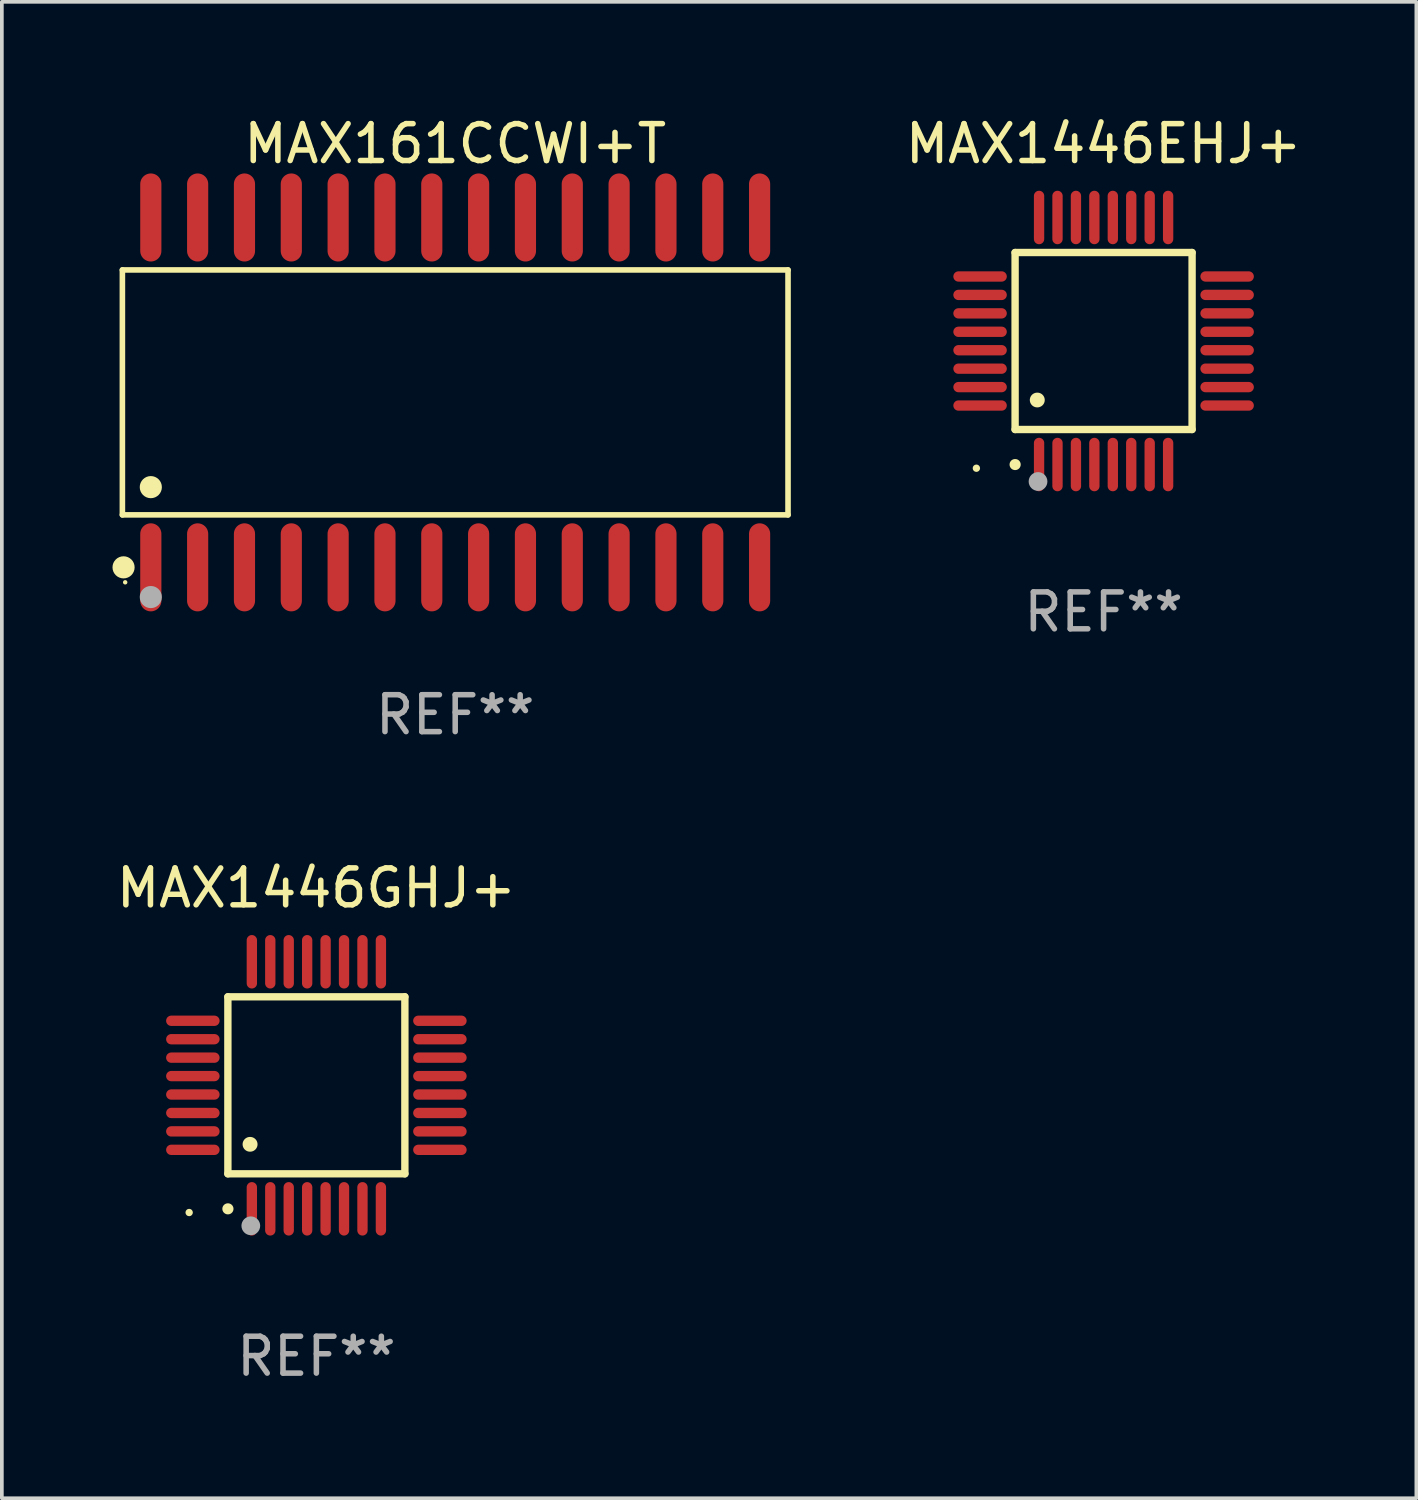
<source format=kicad_pcb>
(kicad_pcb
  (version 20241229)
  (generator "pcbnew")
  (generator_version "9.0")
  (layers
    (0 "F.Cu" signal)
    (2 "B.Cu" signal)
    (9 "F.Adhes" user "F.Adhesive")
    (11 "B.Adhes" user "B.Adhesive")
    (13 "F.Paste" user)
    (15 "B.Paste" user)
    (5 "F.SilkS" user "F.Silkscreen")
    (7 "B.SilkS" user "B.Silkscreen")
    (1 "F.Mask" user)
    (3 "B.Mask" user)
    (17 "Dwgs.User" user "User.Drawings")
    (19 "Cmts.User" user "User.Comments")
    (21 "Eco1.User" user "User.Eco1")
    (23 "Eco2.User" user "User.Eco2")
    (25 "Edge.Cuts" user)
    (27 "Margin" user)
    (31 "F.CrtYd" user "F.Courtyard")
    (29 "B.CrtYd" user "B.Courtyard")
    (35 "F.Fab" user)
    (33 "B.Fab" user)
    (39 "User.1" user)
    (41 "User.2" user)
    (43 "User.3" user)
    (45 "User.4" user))
  (footprint "MAX1446GHJ+"
    (layer "F.Cu")
    (at 5.53 26.383)
    (property "Reference" "MAX1446GHJ+" (at 0 -5.35 0) (layer "F.SilkS") (effects (font (size 1 1) (thickness 0.15))))
    (attr through_hole)
    (fp_line (start -2.4 -2.4) (end -2.4 2.4) (stroke (width 0.2) (type solid)) (layer "F.SilkS"))
    (fp_line (start -2.4 2.4) (end 2.4 2.4) (stroke (width 0.2) (type solid)) (layer "F.SilkS"))
    (fp_line (start 2.4 -2.4) (end -2.4 -2.4) (stroke (width 0.2) (type solid)) (layer "F.SilkS"))
    (fp_line (start 2.4 2.4) (end 2.4 -2.4) (stroke (width 0.2) (type solid)) (layer "F.SilkS"))
    (fp_arc (start -2.400305 3.350267) (mid -2.399035 3.350262) (end -2.397765 3.350267) (stroke (width 0.3) (type solid)) (layer "F.SilkS"))
    (fp_arc (start -1.800864 1.600203) (mid -1.798324 1.600187) (end -1.795784 1.600203) (stroke (width 0.4) (type solid)) (layer "F.SilkS"))
    (fp_circle (center -3.45 3.45) (end -3.4 3.45) (stroke (width 0.1) (type solid)) (fill no) (layer "F.SilkS"))
    (fp_circle (center -1.778 3.81) (end -1.651 3.81) (stroke (width 0.254) (type solid)) (fill no) (layer "F.Fab"))
    (fp_text user "REF**" (at 0 7.35 0) (layer "F.Fab") (effects (font (size 1 1) (thickness 0.15))))
    (pad "1" smd oval (at -1.75 3.35) (size 0.28 1.45) (layers "F.Cu" "F.Mask" "F.Paste"))
    (pad "2" smd oval (at -1.25 3.35) (size 0.28 1.45) (layers "F.Cu" "F.Mask" "F.Paste"))
    (pad "3" smd oval (at -0.75 3.35) (size 0.28 1.45) (layers "F.Cu" "F.Mask" "F.Paste"))
    (pad "4" smd oval (at -0.25 3.35) (size 0.28 1.45) (layers "F.Cu" "F.Mask" "F.Paste"))
    (pad "5" smd oval (at 0.25 3.35) (size 0.28 1.45) (layers "F.Cu" "F.Mask" "F.Paste"))
    (pad "6" smd oval (at 0.75 3.35) (size 0.28 1.45) (layers "F.Cu" "F.Mask" "F.Paste"))
    (pad "7" smd oval (at 1.25 3.35) (size 0.28 1.45) (layers "F.Cu" "F.Mask" "F.Paste"))
    (pad "8" smd oval (at 1.75 3.35) (size 0.28 1.45) (layers "F.Cu" "F.Mask" "F.Paste"))
    (pad "9" smd oval (at 3.35 1.75) (size 1.45 0.28) (layers "F.Cu" "F.Mask" "F.Paste"))
    (pad "10" smd oval (at 3.35 1.25) (size 1.45 0.28) (layers "F.Cu" "F.Mask" "F.Paste"))
    (pad "11" smd oval (at 3.35 0.75) (size 1.45 0.28) (layers "F.Cu" "F.Mask" "F.Paste"))
    (pad "12" smd oval (at 3.35 0.25) (size 1.45 0.28) (layers "F.Cu" "F.Mask" "F.Paste"))
    (pad "13" smd oval (at 3.35 -0.25) (size 1.45 0.28) (layers "F.Cu" "F.Mask" "F.Paste"))
    (pad "14" smd oval (at 3.35 -0.75) (size 1.45 0.28) (layers "F.Cu" "F.Mask" "F.Paste"))
    (pad "15" smd oval (at 3.35 -1.25) (size 1.45 0.28) (layers "F.Cu" "F.Mask" "F.Paste"))
    (pad "16" smd oval (at 3.35 -1.75) (size 1.45 0.28) (layers "F.Cu" "F.Mask" "F.Paste"))
    (pad "17" smd oval (at 1.75 -3.35) (size 0.28 1.45) (layers "F.Cu" "F.Mask" "F.Paste"))
    (pad "18" smd oval (at 1.25 -3.35) (size 0.28 1.45) (layers "F.Cu" "F.Mask" "F.Paste"))
    (pad "19" smd oval (at 0.75 -3.35) (size 0.28 1.45) (layers "F.Cu" "F.Mask" "F.Paste"))
    (pad "20" smd oval (at 0.25 -3.35) (size 0.28 1.45) (layers "F.Cu" "F.Mask" "F.Paste"))
    (pad "21" smd oval (at -0.25 -3.35) (size 0.28 1.45) (layers "F.Cu" "F.Mask" "F.Paste"))
    (pad "22" smd oval (at -0.75 -3.35) (size 0.28 1.45) (layers "F.Cu" "F.Mask" "F.Paste"))
    (pad "23" smd oval (at -1.25 -3.35) (size 0.28 1.45) (layers "F.Cu" "F.Mask" "F.Paste"))
    (pad "24" smd oval (at -1.75 -3.35) (size 0.28 1.45) (layers "F.Cu" "F.Mask" "F.Paste"))
    (pad "25" smd oval (at -3.35 -1.75) (size 1.45 0.28) (layers "F.Cu" "F.Mask" "F.Paste"))
    (pad "26" smd oval (at -3.35 -1.25) (size 1.45 0.28) (layers "F.Cu" "F.Mask" "F.Paste"))
    (pad "27" smd oval (at -3.35 -0.75) (size 1.45 0.28) (layers "F.Cu" "F.Mask" "F.Paste"))
    (pad "28" smd oval (at -3.35 -0.25) (size 1.45 0.28) (layers "F.Cu" "F.Mask" "F.Paste"))
    (pad "29" smd oval (at -3.35 0.25) (size 1.45 0.28) (layers "F.Cu" "F.Mask" "F.Paste"))
    (pad "30" smd oval (at -3.35 0.75) (size 1.45 0.28) (layers "F.Cu" "F.Mask" "F.Paste"))
    (pad "31" smd oval (at -3.35 1.25) (size 1.45 0.28) (layers "F.Cu" "F.Mask" "F.Paste"))
    (pad "32" smd oval (at -3.35 1.75) (size 1.45 0.28) (layers "F.Cu" "F.Mask" "F.Paste")))
  (footprint "MAX161CCWI+T"
    (layer "F.Cu")
    (at 9.295 7.592)
    (property "Reference" "MAX161CCWI+T" (at 0 -6.744 0) (layer "F.SilkS") (effects (font (size 1 1) (thickness 0.15))))
    (attr through_hole)
    (fp_line (start -9.026 -3.321) (end 9.026 -3.321) (stroke (width 0.152) (type solid)) (layer "F.SilkS"))
    (fp_line (start -9.026 3.321) (end -9.026 -3.321) (stroke (width 0.152) (type solid)) (layer "F.SilkS"))
    (fp_line (start 9.026 -3.321) (end 9.026 3.321) (stroke (width 0.152) (type solid)) (layer "F.SilkS"))
    (fp_line (start 9.026 3.321) (end -9.026 3.321) (stroke (width 0.152) (type solid)) (layer "F.SilkS"))
    (fp_circle (center -8.994 4.744) (end -8.844 4.744) (stroke (width 0.3) (type solid)) (fill no) (layer "F.SilkS"))
    (fp_circle (center -8.95 5.15) (end -8.92 5.15) (stroke (width 0.06) (type solid)) (fill no) (layer "F.SilkS"))
    (fp_circle (center -8.255 2.569) (end -8.105 2.569) (stroke (width 0.3) (type solid)) (fill no) (layer "F.SilkS"))
    (fp_circle (center -8.255 5.55) (end -8.105 5.55) (stroke (width 0.3) (type solid)) (fill no) (layer "F.Fab"))
    (fp_text user "REF**" (at 0 8.744 0) (layer "F.Fab") (effects (font (size 1 1) (thickness 0.15))))
    (pad "1" smd oval (at -8.255 4.744) (size 0.574 2.388) (layers "F.Cu" "F.Mask" "F.Paste"))
    (pad "2" smd oval (at -6.985 4.744) (size 0.574 2.388) (layers "F.Cu" "F.Mask" "F.Paste"))
    (pad "3" smd oval (at -5.715 4.744) (size 0.574 2.388) (layers "F.Cu" "F.Mask" "F.Paste"))
    (pad "4" smd oval (at -4.445 4.744) (size 0.574 2.388) (layers "F.Cu" "F.Mask" "F.Paste"))
    (pad "5" smd oval (at -3.175 4.744) (size 0.574 2.388) (layers "F.Cu" "F.Mask" "F.Paste"))
    (pad "6" smd oval (at -1.905 4.744) (size 0.574 2.388) (layers "F.Cu" "F.Mask" "F.Paste"))
    (pad "7" smd oval (at -0.635 4.744) (size 0.574 2.388) (layers "F.Cu" "F.Mask" "F.Paste"))
    (pad "8" smd oval (at 0.635 4.744) (size 0.574 2.388) (layers "F.Cu" "F.Mask" "F.Paste"))
    (pad "9" smd oval (at 1.905 4.744) (size 0.574 2.388) (layers "F.Cu" "F.Mask" "F.Paste"))
    (pad "10" smd oval (at 3.175 4.744) (size 0.574 2.388) (layers "F.Cu" "F.Mask" "F.Paste"))
    (pad "11" smd oval (at 4.445 4.744) (size 0.574 2.388) (layers "F.Cu" "F.Mask" "F.Paste"))
    (pad "12" smd oval (at 5.715 4.744) (size 0.574 2.388) (layers "F.Cu" "F.Mask" "F.Paste"))
    (pad "13" smd oval (at 6.985 4.744) (size 0.574 2.388) (layers "F.Cu" "F.Mask" "F.Paste"))
    (pad "14" smd oval (at 8.255 4.744) (size 0.574 2.388) (layers "F.Cu" "F.Mask" "F.Paste"))
    (pad "15" smd oval (at 8.255 -4.744) (size 0.574 2.388) (layers "F.Cu" "F.Mask" "F.Paste"))
    (pad "16" smd oval (at 6.985 -4.744) (size 0.574 2.388) (layers "F.Cu" "F.Mask" "F.Paste"))
    (pad "17" smd oval (at 5.715 -4.744) (size 0.574 2.388) (layers "F.Cu" "F.Mask" "F.Paste"))
    (pad "18" smd oval (at 4.445 -4.744) (size 0.574 2.388) (layers "F.Cu" "F.Mask" "F.Paste"))
    (pad "19" smd oval (at 3.175 -4.744) (size 0.574 2.388) (layers "F.Cu" "F.Mask" "F.Paste"))
    (pad "20" smd oval (at 1.905 -4.744) (size 0.574 2.388) (layers "F.Cu" "F.Mask" "F.Paste"))
    (pad "21" smd oval (at 0.635 -4.744) (size 0.574 2.388) (layers "F.Cu" "F.Mask" "F.Paste"))
    (pad "22" smd oval (at -0.635 -4.744) (size 0.574 2.388) (layers "F.Cu" "F.Mask" "F.Paste"))
    (pad "23" smd oval (at -1.905 -4.744) (size 0.574 2.388) (layers "F.Cu" "F.Mask" "F.Paste"))
    (pad "24" smd oval (at -3.175 -4.744) (size 0.574 2.388) (layers "F.Cu" "F.Mask" "F.Paste"))
    (pad "25" smd oval (at -4.445 -4.744) (size 0.574 2.388) (layers "F.Cu" "F.Mask" "F.Paste"))
    (pad "26" smd oval (at -5.715 -4.744) (size 0.574 2.388) (layers "F.Cu" "F.Mask" "F.Paste"))
    (pad "27" smd oval (at -6.985 -4.744) (size 0.574 2.388) (layers "F.Cu" "F.Mask" "F.Paste"))
    (pad "28" smd oval (at -8.255 -4.744) (size 0.574 2.388) (layers "F.Cu" "F.Mask" "F.Paste")))
  (footprint "MAX1446EHJ+"
    (layer "F.Cu")
    (at 26.879 6.198)
    (property "Reference" "MAX1446EHJ+" (at 0 -5.35 0) (layer "F.SilkS") (effects (font (size 1 1) (thickness 0.15))))
    (attr through_hole)
    (fp_line (start -2.4 -2.4) (end -2.4 2.4) (stroke (width 0.2) (type solid)) (layer "F.SilkS"))
    (fp_line (start -2.4 2.4) (end 2.4 2.4) (stroke (width 0.2) (type solid)) (layer "F.SilkS"))
    (fp_line (start 2.4 -2.4) (end -2.4 -2.4) (stroke (width 0.2) (type solid)) (layer "F.SilkS"))
    (fp_line (start 2.4 2.4) (end 2.4 -2.4) (stroke (width 0.2) (type solid)) (layer "F.SilkS"))
    (fp_arc (start -2.400305 3.350267) (mid -2.399035 3.350262) (end -2.397765 3.350267) (stroke (width 0.3) (type solid)) (layer "F.SilkS"))
    (fp_arc (start -1.800864 1.600203) (mid -1.798324 1.600187) (end -1.795784 1.600203) (stroke (width 0.4) (type solid)) (layer "F.SilkS"))
    (fp_circle (center -3.45 3.45) (end -3.4 3.45) (stroke (width 0.1) (type solid)) (fill no) (layer "F.SilkS"))
    (fp_circle (center -1.778 3.81) (end -1.651 3.81) (stroke (width 0.254) (type solid)) (fill no) (layer "F.Fab"))
    (fp_text user "REF**" (at 0 7.35 0) (layer "F.Fab") (effects (font (size 1 1) (thickness 0.15))))
    (pad "1" smd oval (at -1.75 3.35) (size 0.28 1.45) (layers "F.Cu" "F.Mask" "F.Paste"))
    (pad "2" smd oval (at -1.25 3.35) (size 0.28 1.45) (layers "F.Cu" "F.Mask" "F.Paste"))
    (pad "3" smd oval (at -0.75 3.35) (size 0.28 1.45) (layers "F.Cu" "F.Mask" "F.Paste"))
    (pad "4" smd oval (at -0.25 3.35) (size 0.28 1.45) (layers "F.Cu" "F.Mask" "F.Paste"))
    (pad "5" smd oval (at 0.25 3.35) (size 0.28 1.45) (layers "F.Cu" "F.Mask" "F.Paste"))
    (pad "6" smd oval (at 0.75 3.35) (size 0.28 1.45) (layers "F.Cu" "F.Mask" "F.Paste"))
    (pad "7" smd oval (at 1.25 3.35) (size 0.28 1.45) (layers "F.Cu" "F.Mask" "F.Paste"))
    (pad "8" smd oval (at 1.75 3.35) (size 0.28 1.45) (layers "F.Cu" "F.Mask" "F.Paste"))
    (pad "9" smd oval (at 3.35 1.75) (size 1.45 0.28) (layers "F.Cu" "F.Mask" "F.Paste"))
    (pad "10" smd oval (at 3.35 1.25) (size 1.45 0.28) (layers "F.Cu" "F.Mask" "F.Paste"))
    (pad "11" smd oval (at 3.35 0.75) (size 1.45 0.28) (layers "F.Cu" "F.Mask" "F.Paste"))
    (pad "12" smd oval (at 3.35 0.25) (size 1.45 0.28) (layers "F.Cu" "F.Mask" "F.Paste"))
    (pad "13" smd oval (at 3.35 -0.25) (size 1.45 0.28) (layers "F.Cu" "F.Mask" "F.Paste"))
    (pad "14" smd oval (at 3.35 -0.75) (size 1.45 0.28) (layers "F.Cu" "F.Mask" "F.Paste"))
    (pad "15" smd oval (at 3.35 -1.25) (size 1.45 0.28) (layers "F.Cu" "F.Mask" "F.Paste"))
    (pad "16" smd oval (at 3.35 -1.75) (size 1.45 0.28) (layers "F.Cu" "F.Mask" "F.Paste"))
    (pad "17" smd oval (at 1.75 -3.35) (size 0.28 1.45) (layers "F.Cu" "F.Mask" "F.Paste"))
    (pad "18" smd oval (at 1.25 -3.35) (size 0.28 1.45) (layers "F.Cu" "F.Mask" "F.Paste"))
    (pad "19" smd oval (at 0.75 -3.35) (size 0.28 1.45) (layers "F.Cu" "F.Mask" "F.Paste"))
    (pad "20" smd oval (at 0.25 -3.35) (size 0.28 1.45) (layers "F.Cu" "F.Mask" "F.Paste"))
    (pad "21" smd oval (at -0.25 -3.35) (size 0.28 1.45) (layers "F.Cu" "F.Mask" "F.Paste"))
    (pad "22" smd oval (at -0.75 -3.35) (size 0.28 1.45) (layers "F.Cu" "F.Mask" "F.Paste"))
    (pad "23" smd oval (at -1.25 -3.35) (size 0.28 1.45) (layers "F.Cu" "F.Mask" "F.Paste"))
    (pad "24" smd oval (at -1.75 -3.35) (size 0.28 1.45) (layers "F.Cu" "F.Mask" "F.Paste"))
    (pad "25" smd oval (at -3.35 -1.75) (size 1.45 0.28) (layers "F.Cu" "F.Mask" "F.Paste"))
    (pad "26" smd oval (at -3.35 -1.25) (size 1.45 0.28) (layers "F.Cu" "F.Mask" "F.Paste"))
    (pad "27" smd oval (at -3.35 -0.75) (size 1.45 0.28) (layers "F.Cu" "F.Mask" "F.Paste"))
    (pad "28" smd oval (at -3.35 -0.25) (size 1.45 0.28) (layers "F.Cu" "F.Mask" "F.Paste"))
    (pad "29" smd oval (at -3.35 0.25) (size 1.45 0.28) (layers "F.Cu" "F.Mask" "F.Paste"))
    (pad "30" smd oval (at -3.35 0.75) (size 1.45 0.28) (layers "F.Cu" "F.Mask" "F.Paste"))
    (pad "31" smd oval (at -3.35 1.25) (size 1.45 0.28) (layers "F.Cu" "F.Mask" "F.Paste"))
    (pad "32" smd oval (at -3.35 1.75) (size 1.45 0.28) (layers "F.Cu" "F.Mask" "F.Paste")))
  (gr_rect
    (start -3 -3)
    (end 35.361 37.581)
    (stroke (width 0.1) (type default))
    (fill no)
    (layer "Edge.Cuts")))
</source>
